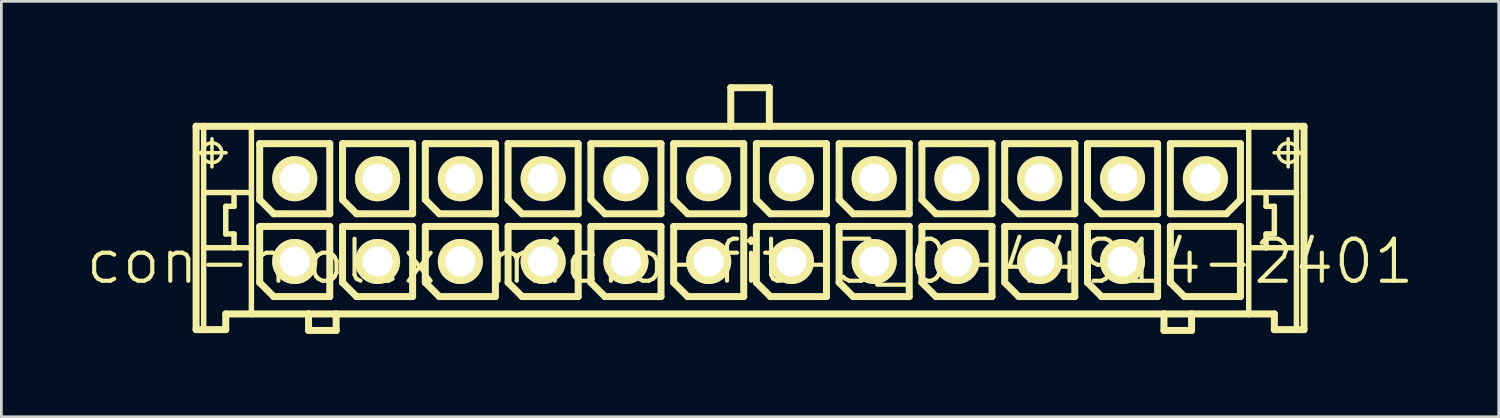
<source format=kicad_pcb>
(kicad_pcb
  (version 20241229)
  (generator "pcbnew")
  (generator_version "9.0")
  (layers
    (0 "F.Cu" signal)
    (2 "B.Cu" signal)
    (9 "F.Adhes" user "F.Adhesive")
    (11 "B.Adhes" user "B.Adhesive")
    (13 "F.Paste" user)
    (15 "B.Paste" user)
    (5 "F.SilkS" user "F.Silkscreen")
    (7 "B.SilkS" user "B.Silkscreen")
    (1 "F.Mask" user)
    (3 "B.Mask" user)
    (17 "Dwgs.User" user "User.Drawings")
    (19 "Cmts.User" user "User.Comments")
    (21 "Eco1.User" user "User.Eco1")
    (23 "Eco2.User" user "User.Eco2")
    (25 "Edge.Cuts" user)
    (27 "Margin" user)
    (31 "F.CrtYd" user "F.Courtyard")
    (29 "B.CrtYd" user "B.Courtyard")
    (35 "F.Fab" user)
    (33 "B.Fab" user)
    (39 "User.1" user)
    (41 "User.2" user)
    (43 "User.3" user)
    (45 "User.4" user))
  (footprint "con-molex-micro-fit-3_0-44914-2401"
    (layer "F.Cu")
    (at 24.13 6.426)
    (property "Reference" "con-molex-micro-fit-3_0-44914-2401" (at 0 0 0) (layer "F.SilkS") (effects (font (size 1.524 1.524) (thickness 0.15))))
    (attr exclude_from_pos_files exclude_from_bom)
    (fp_line (start -20.074 -4.9) (end -19.799 -4.9) (stroke (width 0.254) (type solid)) (layer "F.SilkS"))
    (fp_line (start -20.074 2.469) (end -20.074 -4.9) (stroke (width 0.254) (type solid)) (layer "F.SilkS"))
    (fp_line (start -20.008 -3.94) (end -18.989 -3.94) (stroke (width 0.127) (type solid)) (layer "F.SilkS"))
    (fp_line (start -19.799 -4.9) (end -18.07 -4.9) (stroke (width 0.254) (type solid)) (layer "F.SilkS"))
    (fp_line (start -19.799 -2.499) (end -19.799 -4.9) (stroke (width 0.198) (type solid)) (layer "F.SilkS"))
    (fp_line (start -19.799 -0.498) (end -19.799 -2.499) (stroke (width 0.198) (type solid)) (layer "F.SilkS"))
    (fp_line (start -19.799 2.469) (end -20.074 2.469) (stroke (width 0.254) (type solid)) (layer "F.SilkS"))
    (fp_line (start -19.799 2.469) (end -19.799 -0.498) (stroke (width 0.198) (type solid)) (layer "F.SilkS"))
    (fp_line (start -19.5 -3.429) (end -19.5 -4.448) (stroke (width 0.127) (type solid)) (layer "F.SilkS"))
    (fp_line (start -18.999 -1.999) (end -18.999 -0.998) (stroke (width 0.198) (type solid)) (layer "F.SilkS"))
    (fp_line (start -18.999 -0.998) (end -18.699 -0.998) (stroke (width 0.198) (type solid)) (layer "F.SilkS"))
    (fp_line (start -18.999 1.9) (end -18.999 2.469) (stroke (width 0.254) (type solid)) (layer "F.SilkS"))
    (fp_line (start -18.999 2.469) (end -19.799 2.469) (stroke (width 0.254) (type solid)) (layer "F.SilkS"))
    (fp_line (start -18.699 -2.499) (end -19.799 -2.499) (stroke (width 0.198) (type solid)) (layer "F.SilkS"))
    (fp_line (start -18.699 -2.499) (end -18.699 -1.999) (stroke (width 0.198) (type solid)) (layer "F.SilkS"))
    (fp_line (start -18.699 -1.999) (end -18.999 -1.999) (stroke (width 0.198) (type solid)) (layer "F.SilkS"))
    (fp_line (start -18.699 -0.998) (end -18.699 -0.498) (stroke (width 0.198) (type solid)) (layer "F.SilkS"))
    (fp_line (start -18.699 -0.498) (end -19.799 -0.498) (stroke (width 0.198) (type solid)) (layer "F.SilkS"))
    (fp_line (start -18.07 -4.9) (end -0.699 -4.9) (stroke (width 0.254) (type solid)) (layer "F.SilkS"))
    (fp_line (start -18.07 -2.499) (end -18.699 -2.499) (stroke (width 0.198) (type solid)) (layer "F.SilkS"))
    (fp_line (start -18.07 -2.499) (end -18.07 -4.9) (stroke (width 0.198) (type solid)) (layer "F.SilkS"))
    (fp_line (start -18.07 -0.498) (end -18.699 -0.498) (stroke (width 0.198) (type solid)) (layer "F.SilkS"))
    (fp_line (start -18.07 -0.498) (end -18.07 -2.499) (stroke (width 0.198) (type solid)) (layer "F.SilkS"))
    (fp_line (start -18.07 1.9) (end -18.999 1.9) (stroke (width 0.254) (type solid)) (layer "F.SilkS"))
    (fp_line (start -18.07 1.9) (end -18.07 -0.498) (stroke (width 0.198) (type solid)) (layer "F.SilkS"))
    (fp_line (start -17.77 -4.27) (end -15.23 -4.27) (stroke (width 0.254) (type solid)) (layer "F.SilkS"))
    (fp_line (start -17.77 -2.238) (end -17.77 -4.27) (stroke (width 0.254) (type solid)) (layer "F.SilkS"))
    (fp_line (start -17.77 -1.27) (end -15.23 -1.27) (stroke (width 0.254) (type solid)) (layer "F.SilkS"))
    (fp_line (start -17.77 0.762) (end -17.77 -1.27) (stroke (width 0.254) (type solid)) (layer "F.SilkS"))
    (fp_line (start -17.262 -1.73) (end -17.77 -2.238) (stroke (width 0.254) (type solid)) (layer "F.SilkS"))
    (fp_line (start -17.262 1.27) (end -17.77 0.762) (stroke (width 0.254) (type solid)) (layer "F.SilkS"))
    (fp_line (start -15.999 1.9) (end -18.07 1.9) (stroke (width 0.254) (type solid)) (layer "F.SilkS"))
    (fp_line (start -15.999 1.9) (end -15.999 2.499) (stroke (width 0.254) (type solid)) (layer "F.SilkS"))
    (fp_line (start -15.999 2.499) (end -14.999 2.499) (stroke (width 0.254) (type solid)) (layer "F.SilkS"))
    (fp_line (start -15.23 -4.27) (end -15.23 -1.73) (stroke (width 0.254) (type solid)) (layer "F.SilkS"))
    (fp_line (start -15.23 -1.73) (end -17.262 -1.73) (stroke (width 0.254) (type solid)) (layer "F.SilkS"))
    (fp_line (start -15.23 -1.27) (end -15.23 1.27) (stroke (width 0.254) (type solid)) (layer "F.SilkS"))
    (fp_line (start -15.23 1.27) (end -17.262 1.27) (stroke (width 0.254) (type solid)) (layer "F.SilkS"))
    (fp_line (start -14.999 1.9) (end -15.999 1.9) (stroke (width 0.254) (type solid)) (layer "F.SilkS"))
    (fp_line (start -14.999 2.499) (end -14.999 1.9) (stroke (width 0.254) (type solid)) (layer "F.SilkS"))
    (fp_line (start -14.768 -4.27) (end -12.228 -4.27) (stroke (width 0.254) (type solid)) (layer "F.SilkS"))
    (fp_line (start -14.768 -2.238) (end -14.768 -4.27) (stroke (width 0.254) (type solid)) (layer "F.SilkS"))
    (fp_line (start -14.768 -1.27) (end -12.228 -1.27) (stroke (width 0.254) (type solid)) (layer "F.SilkS"))
    (fp_line (start -14.768 0.762) (end -14.768 -1.27) (stroke (width 0.254) (type solid)) (layer "F.SilkS"))
    (fp_line (start -14.26 -1.73) (end -14.768 -2.238) (stroke (width 0.254) (type solid)) (layer "F.SilkS"))
    (fp_line (start -14.26 1.27) (end -14.768 0.762) (stroke (width 0.254) (type solid)) (layer "F.SilkS"))
    (fp_line (start -12.228 -4.27) (end -12.228 -1.73) (stroke (width 0.254) (type solid)) (layer "F.SilkS"))
    (fp_line (start -12.228 -1.73) (end -14.26 -1.73) (stroke (width 0.254) (type solid)) (layer "F.SilkS"))
    (fp_line (start -12.228 -1.27) (end -12.228 1.27) (stroke (width 0.254) (type solid)) (layer "F.SilkS"))
    (fp_line (start -12.228 1.27) (end -14.26 1.27) (stroke (width 0.254) (type solid)) (layer "F.SilkS"))
    (fp_line (start -11.768 -4.27) (end -9.228 -4.27) (stroke (width 0.254) (type solid)) (layer "F.SilkS"))
    (fp_line (start -11.768 -2.238) (end -11.768 -4.27) (stroke (width 0.254) (type solid)) (layer "F.SilkS"))
    (fp_line (start -11.768 -1.27) (end -9.228 -1.27) (stroke (width 0.254) (type solid)) (layer "F.SilkS"))
    (fp_line (start -11.768 0.762) (end -11.768 -1.27) (stroke (width 0.254) (type solid)) (layer "F.SilkS"))
    (fp_line (start -11.26 -1.73) (end -11.768 -2.238) (stroke (width 0.254) (type solid)) (layer "F.SilkS"))
    (fp_line (start -11.26 1.27) (end -11.768 0.762) (stroke (width 0.254) (type solid)) (layer "F.SilkS"))
    (fp_line (start -9.228 -4.27) (end -9.228 -1.73) (stroke (width 0.254) (type solid)) (layer "F.SilkS"))
    (fp_line (start -9.228 -1.73) (end -11.26 -1.73) (stroke (width 0.254) (type solid)) (layer "F.SilkS"))
    (fp_line (start -9.228 -1.27) (end -9.228 1.27) (stroke (width 0.254) (type solid)) (layer "F.SilkS"))
    (fp_line (start -9.228 1.27) (end -11.26 1.27) (stroke (width 0.254) (type solid)) (layer "F.SilkS"))
    (fp_line (start -8.768 -4.27) (end -6.228 -4.27) (stroke (width 0.254) (type solid)) (layer "F.SilkS"))
    (fp_line (start -8.768 -2.238) (end -8.768 -4.27) (stroke (width 0.254) (type solid)) (layer "F.SilkS"))
    (fp_line (start -8.768 -1.27) (end -6.228 -1.27) (stroke (width 0.254) (type solid)) (layer "F.SilkS"))
    (fp_line (start -8.768 0.762) (end -8.768 -1.27) (stroke (width 0.254) (type solid)) (layer "F.SilkS"))
    (fp_line (start -8.26 -1.73) (end -8.768 -2.238) (stroke (width 0.254) (type solid)) (layer "F.SilkS"))
    (fp_line (start -8.26 1.27) (end -8.768 0.762) (stroke (width 0.254) (type solid)) (layer "F.SilkS"))
    (fp_line (start -6.228 -4.27) (end -6.228 -1.73) (stroke (width 0.254) (type solid)) (layer "F.SilkS"))
    (fp_line (start -6.228 -1.73) (end -8.26 -1.73) (stroke (width 0.254) (type solid)) (layer "F.SilkS"))
    (fp_line (start -6.228 -1.27) (end -6.228 1.27) (stroke (width 0.254) (type solid)) (layer "F.SilkS"))
    (fp_line (start -6.228 1.27) (end -8.26 1.27) (stroke (width 0.254) (type solid)) (layer "F.SilkS"))
    (fp_line (start -5.768 -4.27) (end -3.228 -4.27) (stroke (width 0.254) (type solid)) (layer "F.SilkS"))
    (fp_line (start -5.768 -2.238) (end -5.768 -4.27) (stroke (width 0.254) (type solid)) (layer "F.SilkS"))
    (fp_line (start -5.768 -1.27) (end -3.228 -1.27) (stroke (width 0.254) (type solid)) (layer "F.SilkS"))
    (fp_line (start -5.768 0.762) (end -5.768 -1.27) (stroke (width 0.254) (type solid)) (layer "F.SilkS"))
    (fp_line (start -5.26 -1.73) (end -5.768 -2.238) (stroke (width 0.254) (type solid)) (layer "F.SilkS"))
    (fp_line (start -5.26 1.27) (end -5.768 0.762) (stroke (width 0.254) (type solid)) (layer "F.SilkS"))
    (fp_line (start -3.228 -4.27) (end -3.228 -1.73) (stroke (width 0.254) (type solid)) (layer "F.SilkS"))
    (fp_line (start -3.228 -1.73) (end -5.26 -1.73) (stroke (width 0.254) (type solid)) (layer "F.SilkS"))
    (fp_line (start -3.228 -1.27) (end -3.228 1.27) (stroke (width 0.254) (type solid)) (layer "F.SilkS"))
    (fp_line (start -3.228 1.27) (end -5.26 1.27) (stroke (width 0.254) (type solid)) (layer "F.SilkS"))
    (fp_line (start -2.769 -4.27) (end -0.229 -4.27) (stroke (width 0.254) (type solid)) (layer "F.SilkS"))
    (fp_line (start -2.769 -2.238) (end -2.769 -4.27) (stroke (width 0.254) (type solid)) (layer "F.SilkS"))
    (fp_line (start -2.769 -1.27) (end -0.229 -1.27) (stroke (width 0.254) (type solid)) (layer "F.SilkS"))
    (fp_line (start -2.769 0.762) (end -2.769 -1.27) (stroke (width 0.254) (type solid)) (layer "F.SilkS"))
    (fp_line (start -2.261 -1.73) (end -2.769 -2.238) (stroke (width 0.254) (type solid)) (layer "F.SilkS"))
    (fp_line (start -2.261 1.27) (end -2.769 0.762) (stroke (width 0.254) (type solid)) (layer "F.SilkS"))
    (fp_line (start -0.699 -6.299) (end -0.699 -4.9) (stroke (width 0.254) (type solid)) (layer "F.SilkS"))
    (fp_line (start -0.699 -6.299) (end 0.699 -6.299) (stroke (width 0.254) (type solid)) (layer "F.SilkS"))
    (fp_line (start -0.699 -4.9) (end 0.699 -4.9) (stroke (width 0.254) (type solid)) (layer "F.SilkS"))
    (fp_line (start -0.229 -4.27) (end -0.229 -1.73) (stroke (width 0.254) (type solid)) (layer "F.SilkS"))
    (fp_line (start -0.229 -1.73) (end -2.261 -1.73) (stroke (width 0.254) (type solid)) (layer "F.SilkS"))
    (fp_line (start -0.229 -1.27) (end -0.229 1.27) (stroke (width 0.254) (type solid)) (layer "F.SilkS"))
    (fp_line (start -0.229 1.27) (end -2.261 1.27) (stroke (width 0.254) (type solid)) (layer "F.SilkS"))
    (fp_line (start 0.229 -4.27) (end 2.769 -4.27) (stroke (width 0.254) (type solid)) (layer "F.SilkS"))
    (fp_line (start 0.229 -2.238) (end 0.229 -4.27) (stroke (width 0.254) (type solid)) (layer "F.SilkS"))
    (fp_line (start 0.229 -1.27) (end 2.769 -1.27) (stroke (width 0.254) (type solid)) (layer "F.SilkS"))
    (fp_line (start 0.229 0.762) (end 0.229 -1.27) (stroke (width 0.254) (type solid)) (layer "F.SilkS"))
    (fp_line (start 0.699 -6.299) (end 0.699 -4.9) (stroke (width 0.254) (type solid)) (layer "F.SilkS"))
    (fp_line (start 0.699 -4.9) (end 18.07 -4.9) (stroke (width 0.254) (type solid)) (layer "F.SilkS"))
    (fp_line (start 0.737 -1.73) (end 0.229 -2.238) (stroke (width 0.254) (type solid)) (layer "F.SilkS"))
    (fp_line (start 0.737 1.27) (end 0.229 0.762) (stroke (width 0.254) (type solid)) (layer "F.SilkS"))
    (fp_line (start 2.769 -4.27) (end 2.769 -1.73) (stroke (width 0.254) (type solid)) (layer "F.SilkS"))
    (fp_line (start 2.769 -1.73) (end 0.737 -1.73) (stroke (width 0.254) (type solid)) (layer "F.SilkS"))
    (fp_line (start 2.769 -1.27) (end 2.769 1.27) (stroke (width 0.254) (type solid)) (layer "F.SilkS"))
    (fp_line (start 2.769 1.27) (end 0.737 1.27) (stroke (width 0.254) (type solid)) (layer "F.SilkS"))
    (fp_line (start 3.228 -4.27) (end 5.768 -4.27) (stroke (width 0.254) (type solid)) (layer "F.SilkS"))
    (fp_line (start 3.228 -2.238) (end 3.228 -4.27) (stroke (width 0.254) (type solid)) (layer "F.SilkS"))
    (fp_line (start 3.228 -1.27) (end 5.768 -1.27) (stroke (width 0.254) (type solid)) (layer "F.SilkS"))
    (fp_line (start 3.228 0.762) (end 3.228 -1.27) (stroke (width 0.254) (type solid)) (layer "F.SilkS"))
    (fp_line (start 3.736 -1.73) (end 3.228 -2.238) (stroke (width 0.254) (type solid)) (layer "F.SilkS"))
    (fp_line (start 3.736 1.27) (end 3.228 0.762) (stroke (width 0.254) (type solid)) (layer "F.SilkS"))
    (fp_line (start 5.768 -4.27) (end 5.768 -1.73) (stroke (width 0.254) (type solid)) (layer "F.SilkS"))
    (fp_line (start 5.768 -1.73) (end 3.736 -1.73) (stroke (width 0.254) (type solid)) (layer "F.SilkS"))
    (fp_line (start 5.768 -1.27) (end 5.768 1.27) (stroke (width 0.254) (type solid)) (layer "F.SilkS"))
    (fp_line (start 5.768 1.27) (end 3.736 1.27) (stroke (width 0.254) (type solid)) (layer "F.SilkS"))
    (fp_line (start 6.228 -4.27) (end 8.768 -4.27) (stroke (width 0.254) (type solid)) (layer "F.SilkS"))
    (fp_line (start 6.228 -2.238) (end 6.228 -4.27) (stroke (width 0.254) (type solid)) (layer "F.SilkS"))
    (fp_line (start 6.228 -1.27) (end 8.768 -1.27) (stroke (width 0.254) (type solid)) (layer "F.SilkS"))
    (fp_line (start 6.228 0.762) (end 6.228 -1.27) (stroke (width 0.254) (type solid)) (layer "F.SilkS"))
    (fp_line (start 6.736 -1.73) (end 6.228 -2.238) (stroke (width 0.254) (type solid)) (layer "F.SilkS"))
    (fp_line (start 6.736 1.27) (end 6.228 0.762) (stroke (width 0.254) (type solid)) (layer "F.SilkS"))
    (fp_line (start 8.768 -4.27) (end 8.768 -1.73) (stroke (width 0.254) (type solid)) (layer "F.SilkS"))
    (fp_line (start 8.768 -1.73) (end 6.736 -1.73) (stroke (width 0.254) (type solid)) (layer "F.SilkS"))
    (fp_line (start 8.768 -1.27) (end 8.768 1.27) (stroke (width 0.254) (type solid)) (layer "F.SilkS"))
    (fp_line (start 8.768 1.27) (end 6.736 1.27) (stroke (width 0.254) (type solid)) (layer "F.SilkS"))
    (fp_line (start 9.228 -4.27) (end 11.768 -4.27) (stroke (width 0.254) (type solid)) (layer "F.SilkS"))
    (fp_line (start 9.228 -2.238) (end 9.228 -4.27) (stroke (width 0.254) (type solid)) (layer "F.SilkS"))
    (fp_line (start 9.228 -1.27) (end 11.768 -1.27) (stroke (width 0.254) (type solid)) (layer "F.SilkS"))
    (fp_line (start 9.228 0.762) (end 9.228 -1.27) (stroke (width 0.254) (type solid)) (layer "F.SilkS"))
    (fp_line (start 9.736 -1.73) (end 9.228 -2.238) (stroke (width 0.254) (type solid)) (layer "F.SilkS"))
    (fp_line (start 9.736 1.27) (end 9.228 0.762) (stroke (width 0.254) (type solid)) (layer "F.SilkS"))
    (fp_line (start 11.768 -4.27) (end 11.768 -1.73) (stroke (width 0.254) (type solid)) (layer "F.SilkS"))
    (fp_line (start 11.768 -1.73) (end 9.736 -1.73) (stroke (width 0.254) (type solid)) (layer "F.SilkS"))
    (fp_line (start 11.768 -1.27) (end 11.768 1.27) (stroke (width 0.254) (type solid)) (layer "F.SilkS"))
    (fp_line (start 11.768 1.27) (end 9.736 1.27) (stroke (width 0.254) (type solid)) (layer "F.SilkS"))
    (fp_line (start 12.228 -4.27) (end 14.768 -4.27) (stroke (width 0.254) (type solid)) (layer "F.SilkS"))
    (fp_line (start 12.228 -2.238) (end 12.228 -4.27) (stroke (width 0.254) (type solid)) (layer "F.SilkS"))
    (fp_line (start 12.228 -1.27) (end 14.768 -1.27) (stroke (width 0.254) (type solid)) (layer "F.SilkS"))
    (fp_line (start 12.228 0.762) (end 12.228 -1.27) (stroke (width 0.254) (type solid)) (layer "F.SilkS"))
    (fp_line (start 12.736 -1.73) (end 12.228 -2.238) (stroke (width 0.254) (type solid)) (layer "F.SilkS"))
    (fp_line (start 12.736 1.27) (end 12.228 0.762) (stroke (width 0.254) (type solid)) (layer "F.SilkS"))
    (fp_line (start 14.768 -4.27) (end 14.768 -1.73) (stroke (width 0.254) (type solid)) (layer "F.SilkS"))
    (fp_line (start 14.768 -1.73) (end 12.736 -1.73) (stroke (width 0.254) (type solid)) (layer "F.SilkS"))
    (fp_line (start 14.768 -1.27) (end 14.768 1.27) (stroke (width 0.254) (type solid)) (layer "F.SilkS"))
    (fp_line (start 14.768 1.27) (end 12.736 1.27) (stroke (width 0.254) (type solid)) (layer "F.SilkS"))
    (fp_line (start 14.999 1.9) (end -14.999 1.9) (stroke (width 0.254) (type solid)) (layer "F.SilkS"))
    (fp_line (start 14.999 1.9) (end 14.999 2.499) (stroke (width 0.254) (type solid)) (layer "F.SilkS"))
    (fp_line (start 14.999 2.499) (end 15.999 2.499) (stroke (width 0.254) (type solid)) (layer "F.SilkS"))
    (fp_line (start 15.23 -4.27) (end 15.23 -1.73) (stroke (width 0.254) (type solid)) (layer "F.SilkS"))
    (fp_line (start 15.23 -1.73) (end 17.262 -1.73) (stroke (width 0.254) (type solid)) (layer "F.SilkS"))
    (fp_line (start 15.23 -1.27) (end 17.77 -1.27) (stroke (width 0.254) (type solid)) (layer "F.SilkS"))
    (fp_line (start 15.23 0.762) (end 15.23 -1.27) (stroke (width 0.254) (type solid)) (layer "F.SilkS"))
    (fp_line (start 15.738 1.27) (end 15.23 0.762) (stroke (width 0.254) (type solid)) (layer "F.SilkS"))
    (fp_line (start 15.999 1.9) (end 14.999 1.9) (stroke (width 0.254) (type solid)) (layer "F.SilkS"))
    (fp_line (start 15.999 2.499) (end 15.999 1.9) (stroke (width 0.254) (type solid)) (layer "F.SilkS"))
    (fp_line (start 17.262 -1.73) (end 17.77 -2.238) (stroke (width 0.254) (type solid)) (layer "F.SilkS"))
    (fp_line (start 17.77 -4.27) (end 15.23 -4.27) (stroke (width 0.254) (type solid)) (layer "F.SilkS"))
    (fp_line (start 17.77 -2.238) (end 17.77 -4.27) (stroke (width 0.254) (type solid)) (layer "F.SilkS"))
    (fp_line (start 17.77 -1.27) (end 17.77 1.27) (stroke (width 0.254) (type solid)) (layer "F.SilkS"))
    (fp_line (start 17.77 1.27) (end 15.738 1.27) (stroke (width 0.254) (type solid)) (layer "F.SilkS"))
    (fp_line (start 18.07 -4.9) (end 18.07 -2.499) (stroke (width 0.198) (type solid)) (layer "F.SilkS"))
    (fp_line (start 18.07 -4.9) (end 19.799 -4.9) (stroke (width 0.254) (type solid)) (layer "F.SilkS"))
    (fp_line (start 18.07 -2.499) (end 18.07 -0.498) (stroke (width 0.198) (type solid)) (layer "F.SilkS"))
    (fp_line (start 18.07 -2.499) (end 18.699 -2.499) (stroke (width 0.198) (type solid)) (layer "F.SilkS"))
    (fp_line (start 18.07 -0.498) (end 18.07 1.9) (stroke (width 0.198) (type solid)) (layer "F.SilkS"))
    (fp_line (start 18.07 -0.498) (end 18.699 -0.498) (stroke (width 0.198) (type solid)) (layer "F.SilkS"))
    (fp_line (start 18.07 1.9) (end 15.999 1.9) (stroke (width 0.254) (type solid)) (layer "F.SilkS"))
    (fp_line (start 18.699 -2.499) (end 18.699 -1.999) (stroke (width 0.198) (type solid)) (layer "F.SilkS"))
    (fp_line (start 18.699 -2.499) (end 19.799 -2.499) (stroke (width 0.198) (type solid)) (layer "F.SilkS"))
    (fp_line (start 18.699 -1.999) (end 18.999 -1.999) (stroke (width 0.198) (type solid)) (layer "F.SilkS"))
    (fp_line (start 18.699 -0.998) (end 18.699 -0.498) (stroke (width 0.198) (type solid)) (layer "F.SilkS"))
    (fp_line (start 18.699 -0.498) (end 19.799 -0.498) (stroke (width 0.198) (type solid)) (layer "F.SilkS"))
    (fp_line (start 18.989 -3.94) (end 20.008 -3.94) (stroke (width 0.127) (type solid)) (layer "F.SilkS"))
    (fp_line (start 18.999 -1.999) (end 18.999 -0.998) (stroke (width 0.198) (type solid)) (layer "F.SilkS"))
    (fp_line (start 18.999 -0.998) (end 18.699 -0.998) (stroke (width 0.198) (type solid)) (layer "F.SilkS"))
    (fp_line (start 18.999 1.9) (end 18.07 1.9) (stroke (width 0.254) (type solid)) (layer "F.SilkS"))
    (fp_line (start 18.999 2.469) (end 18.999 1.9) (stroke (width 0.254) (type solid)) (layer "F.SilkS"))
    (fp_line (start 18.999 2.469) (end 19.799 2.469) (stroke (width 0.254) (type solid)) (layer "F.SilkS"))
    (fp_line (start 19.5 -3.429) (end 19.5 -4.448) (stroke (width 0.127) (type solid)) (layer "F.SilkS"))
    (fp_line (start 19.799 -4.9) (end 20.074 -4.9) (stroke (width 0.254) (type solid)) (layer "F.SilkS"))
    (fp_line (start 19.799 -2.499) (end 19.799 -4.9) (stroke (width 0.198) (type solid)) (layer "F.SilkS"))
    (fp_line (start 19.799 -0.498) (end 19.799 -2.499) (stroke (width 0.198) (type solid)) (layer "F.SilkS"))
    (fp_line (start 19.799 2.469) (end 19.799 -0.498) (stroke (width 0.198) (type solid)) (layer "F.SilkS"))
    (fp_line (start 19.799 2.469) (end 20.074 2.469) (stroke (width 0.254) (type solid)) (layer "F.SilkS"))
    (fp_line (start 20.074 -4.9) (end 20.074 2.469) (stroke (width 0.254) (type solid)) (layer "F.SilkS"))
    (fp_circle (center -19.5 -3.94) (end -19.754 -4.194) (stroke (width 0.127) (type solid)) (fill no) (layer "F.SilkS"))
    (fp_circle (center 19.5 -3.94) (end 19.754 -4.194) (stroke (width 0.127) (type solid)) (fill no) (layer "F.SilkS"))
    (pad "P$1" thru_hole rect (at 16.5 0) (size 0.001 0.001) (drill 1.09) (layers "*.Cu" "F.Mask" "F.SilkS" "F.Paste"))
    (pad "P$2" thru_hole circle (at 13.498 0) (size 1.633 1.633) (drill 1.09) (layers "*.Cu" "F.Mask" "F.SilkS" "F.Paste"))
    (pad "P$3" thru_hole circle (at 10.498 0) (size 1.633 1.633) (drill 1.09) (layers "*.Cu" "F.Mask" "F.SilkS" "F.Paste"))
    (pad "P$4" thru_hole circle (at 7.498 0) (size 1.633 1.633) (drill 1.09) (layers "*.Cu" "F.Mask" "F.SilkS" "F.Paste"))
    (pad "P$5" thru_hole circle (at 4.498 0) (size 1.633 1.633) (drill 1.09) (layers "*.Cu" "F.Mask" "F.SilkS" "F.Paste"))
    (pad "P$6" thru_hole circle (at 1.499 0) (size 1.633 1.633) (drill 1.09) (layers "*.Cu" "F.Mask" "F.SilkS" "F.Paste"))
    (pad "P$7" thru_hole circle (at -1.499 0) (size 1.633 1.633) (drill 1.09) (layers "*.Cu" "F.Mask" "F.SilkS" "F.Paste"))
    (pad "P$8" thru_hole circle (at -4.498 0) (size 1.633 1.633) (drill 1.09) (layers "*.Cu" "F.Mask" "F.SilkS" "F.Paste"))
    (pad "P$9" thru_hole circle (at -7.498 0) (size 1.633 1.633) (drill 1.09) (layers "*.Cu" "F.Mask" "F.SilkS" "F.Paste"))
    (pad "P$10" thru_hole circle (at -10.498 0) (size 1.633 1.633) (drill 1.09) (layers "*.Cu" "F.Mask" "F.SilkS" "F.Paste"))
    (pad "P$11" thru_hole circle (at -13.498 0) (size 1.633 1.633) (drill 1.09) (layers "*.Cu" "F.Mask" "F.SilkS" "F.Paste"))
    (pad "P$12" thru_hole circle (at -16.5 0) (size 1.633 1.633) (drill 1.09) (layers "*.Cu" "F.Mask" "F.SilkS" "F.Paste"))
    (pad "P$13" thru_hole circle (at 16.5 -3) (size 1.633 1.633) (drill 1.09) (layers "*.Cu" "F.Mask" "F.SilkS" "F.Paste"))
    (pad "P$14" thru_hole circle (at 13.498 -3) (size 1.633 1.633) (drill 1.09) (layers "*.Cu" "F.Mask" "F.SilkS" "F.Paste"))
    (pad "P$15" thru_hole circle (at 10.498 -3) (size 1.633 1.633) (drill 1.09) (layers "*.Cu" "F.Mask" "F.SilkS" "F.Paste"))
    (pad "P$16" thru_hole circle (at 7.498 -3) (size 1.633 1.633) (drill 1.09) (layers "*.Cu" "F.Mask" "F.SilkS" "F.Paste"))
    (pad "P$17" thru_hole circle (at 4.498 -3) (size 1.633 1.633) (drill 1.09) (layers "*.Cu" "F.Mask" "F.SilkS" "F.Paste"))
    (pad "P$18" thru_hole circle (at 1.499 -3) (size 1.633 1.633) (drill 1.09) (layers "*.Cu" "F.Mask" "F.SilkS" "F.Paste"))
    (pad "P$19" thru_hole circle (at -1.499 -3) (size 1.633 1.633) (drill 1.09) (layers "*.Cu" "F.Mask" "F.SilkS" "F.Paste"))
    (pad "P$20" thru_hole circle (at -4.498 -3) (size 1.633 1.633) (drill 1.09) (layers "*.Cu" "F.Mask" "F.SilkS" "F.Paste"))
    (pad "P$21" thru_hole circle (at -7.498 -3) (size 1.633 1.633) (drill 1.09) (layers "*.Cu" "F.Mask" "F.SilkS" "F.Paste"))
    (pad "P$22" thru_hole circle (at -10.498 -3) (size 1.633 1.633) (drill 1.09) (layers "*.Cu" "F.Mask" "F.SilkS" "F.Paste"))
    (pad "P$23" thru_hole circle (at -13.498 -3) (size 1.633 1.633) (drill 1.09) (layers "*.Cu" "F.Mask" "F.SilkS" "F.Paste"))
    (pad "P$24" thru_hole circle (at -16.5 -3) (size 1.633 1.633) (drill 1.09) (layers "*.Cu" "F.Mask" "F.SilkS" "F.Paste")))
  (gr_rect
    (start -3 -3)
    (end 51.26 12.053)
    (stroke (width 0.1) (type default))
    (fill no)
    (layer "Edge.Cuts")))
</source>
